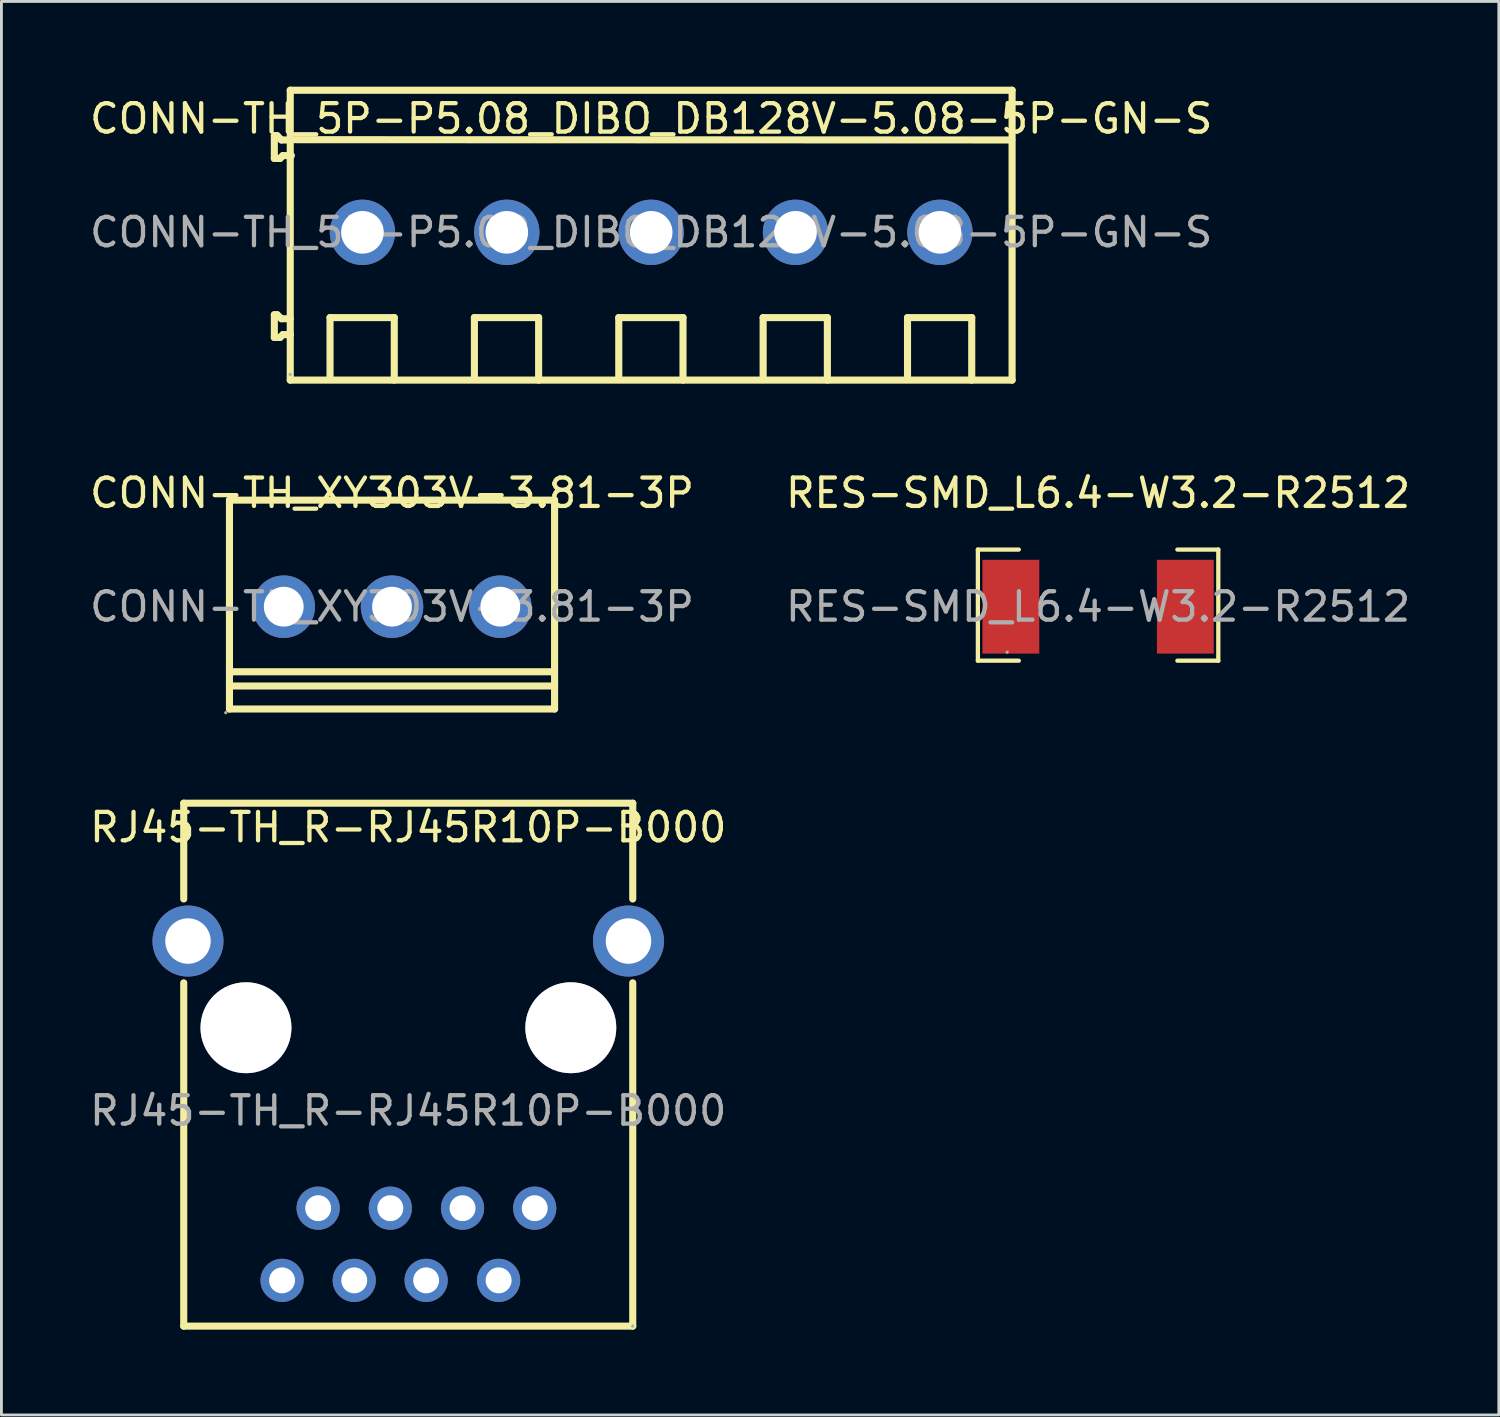
<source format=kicad_pcb>
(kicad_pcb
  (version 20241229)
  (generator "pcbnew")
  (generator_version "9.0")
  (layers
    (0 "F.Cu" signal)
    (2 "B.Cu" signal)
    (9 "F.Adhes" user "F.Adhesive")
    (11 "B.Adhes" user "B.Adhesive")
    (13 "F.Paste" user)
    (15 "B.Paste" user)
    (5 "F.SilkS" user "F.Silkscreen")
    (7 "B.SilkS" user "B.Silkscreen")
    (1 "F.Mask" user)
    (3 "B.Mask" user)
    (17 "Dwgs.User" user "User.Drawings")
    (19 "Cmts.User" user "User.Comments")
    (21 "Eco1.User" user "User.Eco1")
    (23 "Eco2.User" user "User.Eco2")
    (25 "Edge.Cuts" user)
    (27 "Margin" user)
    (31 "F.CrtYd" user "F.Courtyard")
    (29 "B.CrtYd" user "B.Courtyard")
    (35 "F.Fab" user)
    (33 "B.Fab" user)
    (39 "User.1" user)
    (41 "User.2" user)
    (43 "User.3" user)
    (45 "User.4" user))
  (footprint "RJ45-TH_R-RJ45R10P-B000"
    (layer "F.Cu")
    (at 11.315 36.033)
    (property "Reference" "RJ45-TH_R-RJ45R10P-B000" (at 0 -9.97 0) (layer "F.SilkS") (effects (font (size 1 1) (thickness 0.15))))
    (attr through_hole)
    (fp_line (start -7.9 -10.82) (end 7.9 -10.82) (stroke (width 0.25) (type solid)) (layer "F.SilkS"))
    (fp_line (start -7.9 -7.45) (end -7.9 -10.82) (stroke (width 0.25) (type solid)) (layer "F.SilkS"))
    (fp_line (start -7.9 7.58) (end -7.9 -4.5) (stroke (width 0.25) (type solid)) (layer "F.SilkS"))
    (fp_line (start 7.9 -10.82) (end 7.9 -7.45) (stroke (width 0.25) (type solid)) (layer "F.SilkS"))
    (fp_line (start 7.9 -4.5) (end 7.9 7.58) (stroke (width 0.25) (type solid)) (layer "F.SilkS"))
    (fp_line (start 7.9 7.58) (end -7.9 7.58) (stroke (width 0.25) (type solid)) (layer "F.SilkS"))
    (fp_circle (center -5.71 -2.92) (end -4.96 -2.92) (stroke (width 1.5) (type solid)) (fill no) (layer "Cmts.User"))
    (fp_circle (center 5.72 -2.92) (end 6.47 -2.92) (stroke (width 1.5) (type solid)) (fill no) (layer "Cmts.User"))
    (fp_circle (center 7.9 7.58) (end 7.93 7.58) (stroke (width 0.06) (type solid)) (fill no) (layer "F.Fab"))
    (fp_text user "${REFERENCE}" (at 0 0 0) (layer "F.Fab") (effects (font (size 1 1) (thickness 0.15))))
    (pad "" thru_hole circle (at -5.71 -2.92) (size 3.2 3.2) (drill 3.2) (layers "*.Cu" "*.Mask"))
    (pad "" thru_hole circle (at 5.72 -2.92) (size 3.2 3.2) (drill 3.2) (layers "*.Cu" "*.Mask"))
    (pad "1" thru_hole circle (at 4.45 3.43) (size 1.52 1.52) (drill 0.914) (layers "*.Cu" "*.Mask"))
    (pad "2" thru_hole circle (at 3.18 5.97) (size 1.52 1.52) (drill 0.914) (layers "*.Cu" "*.Mask"))
    (pad "3" thru_hole circle (at 1.91 3.43) (size 1.52 1.52) (drill 0.914) (layers "*.Cu" "*.Mask"))
    (pad "4" thru_hole circle (at 0.63 5.97) (size 1.52 1.52) (drill 0.914) (layers "*.Cu" "*.Mask"))
    (pad "5" thru_hole circle (at -0.63 3.43) (size 1.52 1.52) (drill 0.914) (layers "*.Cu" "*.Mask"))
    (pad "6" thru_hole circle (at -1.9 5.97) (size 1.52 1.52) (drill 0.914) (layers "*.Cu" "*.Mask"))
    (pad "7" thru_hole circle (at -3.17 3.43) (size 1.52 1.52) (drill 0.914) (layers "*.Cu" "*.Mask"))
    (pad "8" thru_hole circle (at -4.44 5.97) (size 1.52 1.52) (drill 0.914) (layers "*.Cu" "*.Mask"))
    (pad "9" thru_hole circle (at 7.75 -5.97) (size 2.5 2.5) (drill 1.6) (layers "*.Cu" "*.Mask"))
    (pad "10" thru_hole circle (at -7.75 -5.97) (size 2.5 2.5) (drill 1.6) (layers "*.Cu" "*.Mask")))
  (footprint "CONN-TH_XY303V-3.81-3P"
    (layer "F.Cu")
    (at 10.744 18.298)
    (property "Reference" "CONN-TH_XY303V-3.81-3P" (at 0 -4 0) (layer "F.SilkS") (effects (font (size 1 1) (thickness 0.15))))
    (attr through_hole)
    (fp_line (start -5.72 -3.75) (end -5.72 3.6) (stroke (width 0.25) (type solid)) (layer "F.SilkS"))
    (fp_line (start -5.72 -3.75) (end 5.72 -3.75) (stroke (width 0.25) (type solid)) (layer "F.SilkS"))
    (fp_line (start -5.72 2.29) (end 5.72 2.29) (stroke (width 0.25) (type solid)) (layer "F.SilkS"))
    (fp_line (start -5.72 2.79) (end 5.72 2.79) (stroke (width 0.25) (type solid)) (layer "F.SilkS"))
    (fp_line (start -5.72 3.6) (end 5.72 3.6) (stroke (width 0.25) (type solid)) (layer "F.SilkS"))
    (fp_line (start 5.72 -3.75) (end 5.72 3.6) (stroke (width 0.25) (type solid)) (layer "F.SilkS"))
    (fp_circle (center -5.85 3.73) (end -5.82 3.73) (stroke (width 0.06) (type solid)) (fill no) (layer "F.Fab"))
    (fp_circle (center -3.81 0) (end -3.51 0) (stroke (width 0.6) (type solid)) (fill no) (layer "F.Fab"))
    (fp_circle (center 0 0) (end 0.3 0) (stroke (width 0.6) (type solid)) (fill no) (layer "F.Fab"))
    (fp_circle (center 3.81 0) (end 4.11 0) (stroke (width 0.6) (type solid)) (fill no) (layer "F.Fab"))
    (fp_text user "${REFERENCE}" (at 0 0 0) (layer "F.Fab") (effects (font (size 1 1) (thickness 0.15))))
    (pad "1" thru_hole circle (at -3.81 0) (size 2.2 2.2) (drill 1.4) (layers "*.Cu" "*.Mask"))
    (pad "2" thru_hole circle (at 0 0) (size 2.2 2.2) (drill 1.4) (layers "*.Cu" "*.Mask"))
    (pad "3" thru_hole circle (at 3.81 0) (size 2.2 2.2) (drill 1.4) (layers "*.Cu" "*.Mask")))
  (footprint "RES-SMD_L6.4-W3.2-R2512"
    (layer "F.Cu")
    (at 35.589 18.298)
    (property "Reference" "RES-SMD_L6.4-W3.2-R2512" (at 0 -4 0) (layer "F.SilkS") (effects (font (size 1 1) (thickness 0.15))))
    (attr smd)
    (fp_line (start -4.23 -2.01) (end -2.79 -2.01) (stroke (width 0.15) (type solid)) (layer "F.SilkS"))
    (fp_line (start -4.23 1.9) (end -4.23 -2.01) (stroke (width 0.15) (type solid)) (layer "F.SilkS"))
    (fp_line (start -2.79 1.9) (end -4.23 1.9) (stroke (width 0.15) (type solid)) (layer "F.SilkS"))
    (fp_line (start 2.79 1.9) (end 4.23 1.9) (stroke (width 0.15) (type solid)) (layer "F.SilkS"))
    (fp_line (start 4.23 -2.01) (end 2.79 -2.01) (stroke (width 0.15) (type solid)) (layer "F.SilkS"))
    (fp_line (start 4.23 1.9) (end 4.23 -2.01) (stroke (width 0.15) (type solid)) (layer "F.SilkS"))
    (fp_circle (center -3.2 1.6) (end -3.17 1.6) (stroke (width 0.06) (type solid)) (fill no) (layer "F.Fab"))
    (fp_text user "${REFERENCE}" (at 0 0 0) (layer "F.Fab") (effects (font (size 1 1) (thickness 0.15))))
    (pad "1" smd rect (at -3.07 0) (size 2 3.3) (layers "F.Cu" "F.Mask" "F.Paste"))
    (pad "2" smd rect (at 3.07 0) (size 2 3.3) (layers "F.Cu" "F.Mask" "F.Paste")))
  (footprint "CONN-TH_5P-P5.08_DIBO_DB128V-5.08-5P-GN-S"
    (layer "F.Cu")
    (at 19.863 5.125)
    (property "Reference" "CONN-TH_5P-P5.08_DIBO_DB128V-5.08-5P-GN-S" (at 0 -4 0) (layer "F.SilkS") (effects (font (size 1 1) (thickness 0.15))))
    (attr through_hole)
    (fp_line (start -13.26 -3.4) (end -13.26 -2.6) (stroke (width 0.25) (type solid)) (layer "F.SilkS"))
    (fp_line (start -13.26 -2.6) (end -13.06 -2.6) (stroke (width 0.25) (type solid)) (layer "F.SilkS"))
    (fp_line (start -13.26 2.9) (end -13.26 3.7) (stroke (width 0.25) (type solid)) (layer "F.SilkS"))
    (fp_line (start -13.26 3.7) (end -13.06 3.7) (stroke (width 0.25) (type solid)) (layer "F.SilkS"))
    (fp_line (start -13.16 -3.4) (end -13.26 -3.4) (stroke (width 0.25) (type solid)) (layer "F.SilkS"))
    (fp_line (start -13.16 2.9) (end -13.26 2.9) (stroke (width 0.25) (type solid)) (layer "F.SilkS"))
    (fp_line (start -13.06 -2.6) (end -12.96 -2.7) (stroke (width 0.25) (type solid)) (layer "F.SilkS"))
    (fp_line (start -13.06 3.7) (end -12.96 3.6) (stroke (width 0.25) (type solid)) (layer "F.SilkS"))
    (fp_line (start -13.01 -3.25) (end -13.16 -3.4) (stroke (width 0.25) (type solid)) (layer "F.SilkS"))
    (fp_line (start -13.01 3.04) (end -13.16 2.9) (stroke (width 0.25) (type solid)) (layer "F.SilkS"))
    (fp_line (start -12.96 -2.7) (end -12.7 -2.7) (stroke (width 0.25) (type solid)) (layer "F.SilkS"))
    (fp_line (start -12.96 3.6) (end -12.7 3.6) (stroke (width 0.25) (type solid)) (layer "F.SilkS"))
    (fp_line (start -12.71 -3.26) (end 12.69 -3.25) (stroke (width 0.25) (type solid)) (layer "F.SilkS"))
    (fp_line (start -12.7 -5) (end -12.7 5.2) (stroke (width 0.25) (type solid)) (layer "F.SilkS"))
    (fp_line (start -12.7 -5) (end 12.7 -5) (stroke (width 0.25) (type solid)) (layer "F.SilkS"))
    (fp_line (start -12.7 -3.25) (end -13.01 -3.25) (stroke (width 0.25) (type solid)) (layer "F.SilkS"))
    (fp_line (start -12.7 -2.7) (end -12.66 -2.7) (stroke (width 0.25) (type solid)) (layer "F.SilkS"))
    (fp_line (start -12.7 3.04) (end -13.01 3.04) (stroke (width 0.25) (type solid)) (layer "F.SilkS"))
    (fp_line (start -12.7 3.6) (end -12.76 3.6) (stroke (width 0.25) (type solid)) (layer "F.SilkS"))
    (fp_line (start -12.7 5.2) (end 12.7 5.2) (stroke (width 0.25) (type solid)) (layer "F.SilkS"))
    (fp_line (start -11.3 3) (end -9.04 3) (stroke (width 0.25) (type solid)) (layer "F.SilkS"))
    (fp_line (start -11.3 5.07) (end -11.3 3) (stroke (width 0.25) (type solid)) (layer "F.SilkS"))
    (fp_line (start -9.04 3) (end -9.04 5.2) (stroke (width 0.25) (type solid)) (layer "F.SilkS"))
    (fp_line (start -6.22 3) (end -3.96 3) (stroke (width 0.25) (type solid)) (layer "F.SilkS"))
    (fp_line (start -6.22 5.07) (end -6.22 3) (stroke (width 0.25) (type solid)) (layer "F.SilkS"))
    (fp_line (start -3.96 3) (end -3.96 5.2) (stroke (width 0.25) (type solid)) (layer "F.SilkS"))
    (fp_line (start -1.14 3) (end 1.12 3) (stroke (width 0.25) (type solid)) (layer "F.SilkS"))
    (fp_line (start -1.14 5.07) (end -1.14 3) (stroke (width 0.25) (type solid)) (layer "F.SilkS"))
    (fp_line (start 1.12 3) (end 1.12 5.2) (stroke (width 0.25) (type solid)) (layer "F.SilkS"))
    (fp_line (start 3.94 3) (end 6.2 3) (stroke (width 0.25) (type solid)) (layer "F.SilkS"))
    (fp_line (start 3.94 5.07) (end 3.94 3) (stroke (width 0.25) (type solid)) (layer "F.SilkS"))
    (fp_line (start 6.2 3) (end 6.2 5.2) (stroke (width 0.25) (type solid)) (layer "F.SilkS"))
    (fp_line (start 9.02 3) (end 11.28 3) (stroke (width 0.25) (type solid)) (layer "F.SilkS"))
    (fp_line (start 9.02 5.07) (end 9.02 3) (stroke (width 0.25) (type solid)) (layer "F.SilkS"))
    (fp_line (start 11.28 3) (end 11.28 5.2) (stroke (width 0.25) (type solid)) (layer "F.SilkS"))
    (fp_line (start 12.7 -5) (end 12.7 5.2) (stroke (width 0.25) (type solid)) (layer "F.SilkS"))
    (fp_circle (center -12.7 5) (end -12.67 5) (stroke (width 0.06) (type solid)) (fill no) (layer "F.Fab"))
    (fp_text user "${REFERENCE}" (at 0 0 0) (layer "F.Fab") (effects (font (size 1 1) (thickness 0.15))))
    (pad "1" thru_hole circle (at -10.16 0) (size 2.3 2.3) (drill 1.5) (layers "*.Cu" "*.Mask"))
    (pad "2" thru_hole circle (at -5.08 0) (size 2.3 2.3) (drill 1.5) (layers "*.Cu" "*.Mask"))
    (pad "3" thru_hole circle (at 0 0) (size 2.3 2.3) (drill 1.5) (layers "*.Cu" "*.Mask"))
    (pad "4" thru_hole circle (at 5.08 0) (size 2.3 2.3) (drill 1.5) (layers "*.Cu" "*.Mask"))
    (pad "5" thru_hole circle (at 10.16 0) (size 2.3 2.3) (drill 1.5) (layers "*.Cu" "*.Mask")))
  (gr_rect
    (start -3 -3)
    (end 49.69 46.738)
    (stroke (width 0.1) (type default))
    (fill no)
    (layer "Edge.Cuts")))
</source>
